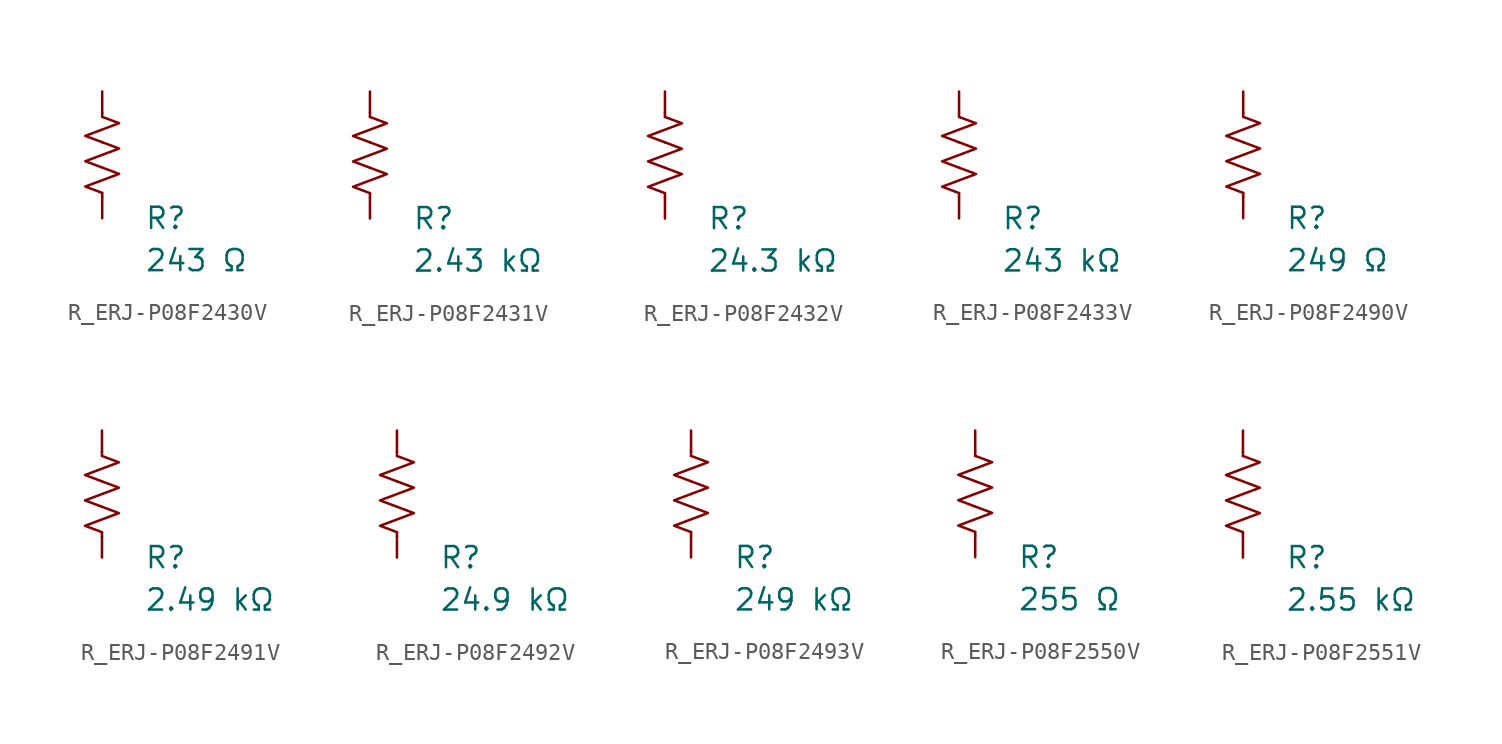
<source format=kicad_sym>
(kicad_symbol_lib
  (version 20231120)
  (generator "kicad_symbol_editor")
  (generator_version "8.0")
  (symbol "R_ERJ-P08F2430V"
    (pin_numbers hide)
    (pin_names
      (offset 0))
    (property "Reference" "R"
      (at 2.54 -3.81 0)
      (effects (font (size 1.27 1.27)) (justify left))
      (show_name no))
    (property "Value" "243 Ω"
      (at 2.54 -6.35 0)
      (effects (font (size 1.27 1.27)) (justify left))
      (show_name no))
    (symbol "R_ERJ-P08F2430V_0_1"
      (polyline (pts (xy 0 -2.286) (xy 0 -2.54)) (stroke (width 0) (type default)) (fill (type none)))
      (polyline (pts (xy 0 2.286) (xy 0 2.54)) (stroke (width 0) (type default)) (fill (type none)))
      (polyline (pts (xy 0 -0.762) (xy 1.016 -1.143) (xy 0 -1.524) (xy -1.016 -1.905) (xy 0 -2.286)) (stroke (width 0) (type default)) (fill (type none)))
      (polyline (pts (xy 0 0.762) (xy 1.016 0.381) (xy 0 0) (xy -1.016 -0.381) (xy 0 -0.762)) (stroke (width 0) (type default)) (fill (type none)))
      (polyline (pts (xy 0 2.286) (xy 1.016 1.905) (xy 0 1.524) (xy -1.016 1.143) (xy 0 0.762)) (stroke (width 0) (type default)) (fill (type none))))
    (symbol "R_ERJ-P08F2430V_1_1"
      (pin passive line (at 0 3.81 270) (length 1.27) (name "~" (effects (font (size 1.27 1.27)))) (number "1" (effects (font (size 1.27 1.27)))))
      (pin passive line (at 0 -3.81 90) (length 1.27) (name "~" (effects (font (size 1.27 1.27)))) (number "2" (effects (font (size 1.27 1.27)))))))
  (symbol "R_ERJ-P08F2431V"
    (pin_numbers hide)
    (pin_names
      (offset 0))
    (property "Reference" "R"
      (at 2.54 -3.81 0)
      (effects (font (size 1.27 1.27)) (justify left))
      (show_name no))
    (property "Value" "2.43 kΩ"
      (at 2.54 -6.35 0)
      (effects (font (size 1.27 1.27)) (justify left))
      (show_name no))
    (symbol "R_ERJ-P08F2431V_0_1"
      (polyline (pts (xy 0 -2.286) (xy 0 -2.54)) (stroke (width 0) (type default)) (fill (type none)))
      (polyline (pts (xy 0 2.286) (xy 0 2.54)) (stroke (width 0) (type default)) (fill (type none)))
      (polyline (pts (xy 0 -0.762) (xy 1.016 -1.143) (xy 0 -1.524) (xy -1.016 -1.905) (xy 0 -2.286)) (stroke (width 0) (type default)) (fill (type none)))
      (polyline (pts (xy 0 0.762) (xy 1.016 0.381) (xy 0 0) (xy -1.016 -0.381) (xy 0 -0.762)) (stroke (width 0) (type default)) (fill (type none)))
      (polyline (pts (xy 0 2.286) (xy 1.016 1.905) (xy 0 1.524) (xy -1.016 1.143) (xy 0 0.762)) (stroke (width 0) (type default)) (fill (type none))))
    (symbol "R_ERJ-P08F2431V_1_1"
      (pin passive line (at 0 3.81 270) (length 1.27) (name "~" (effects (font (size 1.27 1.27)))) (number "1" (effects (font (size 1.27 1.27)))))
      (pin passive line (at 0 -3.81 90) (length 1.27) (name "~" (effects (font (size 1.27 1.27)))) (number "2" (effects (font (size 1.27 1.27)))))))
  (symbol "R_ERJ-P08F2432V"
    (pin_numbers hide)
    (pin_names
      (offset 0))
    (property "Reference" "R"
      (at 2.54 -3.81 0)
      (effects (font (size 1.27 1.27)) (justify left))
      (show_name no))
    (property "Value" "24.3 kΩ"
      (at 2.54 -6.35 0)
      (effects (font (size 1.27 1.27)) (justify left))
      (show_name no))
    (symbol "R_ERJ-P08F2432V_0_1"
      (polyline (pts (xy 0 -2.286) (xy 0 -2.54)) (stroke (width 0) (type default)) (fill (type none)))
      (polyline (pts (xy 0 2.286) (xy 0 2.54)) (stroke (width 0) (type default)) (fill (type none)))
      (polyline (pts (xy 0 -0.762) (xy 1.016 -1.143) (xy 0 -1.524) (xy -1.016 -1.905) (xy 0 -2.286)) (stroke (width 0) (type default)) (fill (type none)))
      (polyline (pts (xy 0 0.762) (xy 1.016 0.381) (xy 0 0) (xy -1.016 -0.381) (xy 0 -0.762)) (stroke (width 0) (type default)) (fill (type none)))
      (polyline (pts (xy 0 2.286) (xy 1.016 1.905) (xy 0 1.524) (xy -1.016 1.143) (xy 0 0.762)) (stroke (width 0) (type default)) (fill (type none))))
    (symbol "R_ERJ-P08F2432V_1_1"
      (pin passive line (at 0 3.81 270) (length 1.27) (name "~" (effects (font (size 1.27 1.27)))) (number "1" (effects (font (size 1.27 1.27)))))
      (pin passive line (at 0 -3.81 90) (length 1.27) (name "~" (effects (font (size 1.27 1.27)))) (number "2" (effects (font (size 1.27 1.27)))))))
  (symbol "R_ERJ-P08F2433V"
    (pin_numbers hide)
    (pin_names
      (offset 0))
    (property "Reference" "R"
      (at 2.54 -3.81 0)
      (effects (font (size 1.27 1.27)) (justify left))
      (show_name no))
    (property "Value" "243 kΩ"
      (at 2.54 -6.35 0)
      (effects (font (size 1.27 1.27)) (justify left))
      (show_name no))
    (symbol "R_ERJ-P08F2433V_0_1"
      (polyline (pts (xy 0 -2.286) (xy 0 -2.54)) (stroke (width 0) (type default)) (fill (type none)))
      (polyline (pts (xy 0 2.286) (xy 0 2.54)) (stroke (width 0) (type default)) (fill (type none)))
      (polyline (pts (xy 0 -0.762) (xy 1.016 -1.143) (xy 0 -1.524) (xy -1.016 -1.905) (xy 0 -2.286)) (stroke (width 0) (type default)) (fill (type none)))
      (polyline (pts (xy 0 0.762) (xy 1.016 0.381) (xy 0 0) (xy -1.016 -0.381) (xy 0 -0.762)) (stroke (width 0) (type default)) (fill (type none)))
      (polyline (pts (xy 0 2.286) (xy 1.016 1.905) (xy 0 1.524) (xy -1.016 1.143) (xy 0 0.762)) (stroke (width 0) (type default)) (fill (type none))))
    (symbol "R_ERJ-P08F2433V_1_1"
      (pin passive line (at 0 3.81 270) (length 1.27) (name "~" (effects (font (size 1.27 1.27)))) (number "1" (effects (font (size 1.27 1.27)))))
      (pin passive line (at 0 -3.81 90) (length 1.27) (name "~" (effects (font (size 1.27 1.27)))) (number "2" (effects (font (size 1.27 1.27)))))))
  (symbol "R_ERJ-P08F2490V"
    (pin_numbers hide)
    (pin_names
      (offset 0))
    (property "Reference" "R"
      (at 2.54 -3.81 0)
      (effects (font (size 1.27 1.27)) (justify left))
      (show_name no))
    (property "Value" "249 Ω"
      (at 2.54 -6.35 0)
      (effects (font (size 1.27 1.27)) (justify left))
      (show_name no))
    (symbol "R_ERJ-P08F2490V_0_1"
      (polyline (pts (xy 0 -2.286) (xy 0 -2.54)) (stroke (width 0) (type default)) (fill (type none)))
      (polyline (pts (xy 0 2.286) (xy 0 2.54)) (stroke (width 0) (type default)) (fill (type none)))
      (polyline (pts (xy 0 -0.762) (xy 1.016 -1.143) (xy 0 -1.524) (xy -1.016 -1.905) (xy 0 -2.286)) (stroke (width 0) (type default)) (fill (type none)))
      (polyline (pts (xy 0 0.762) (xy 1.016 0.381) (xy 0 0) (xy -1.016 -0.381) (xy 0 -0.762)) (stroke (width 0) (type default)) (fill (type none)))
      (polyline (pts (xy 0 2.286) (xy 1.016 1.905) (xy 0 1.524) (xy -1.016 1.143) (xy 0 0.762)) (stroke (width 0) (type default)) (fill (type none))))
    (symbol "R_ERJ-P08F2490V_1_1"
      (pin passive line (at 0 3.81 270) (length 1.27) (name "~" (effects (font (size 1.27 1.27)))) (number "1" (effects (font (size 1.27 1.27)))))
      (pin passive line (at 0 -3.81 90) (length 1.27) (name "~" (effects (font (size 1.27 1.27)))) (number "2" (effects (font (size 1.27 1.27)))))))
  (symbol "R_ERJ-P08F2491V"
    (pin_numbers hide)
    (pin_names
      (offset 0))
    (property "Reference" "R"
      (at 2.54 -3.81 0)
      (effects (font (size 1.27 1.27)) (justify left))
      (show_name no))
    (property "Value" "2.49 kΩ"
      (at 2.54 -6.35 0)
      (effects (font (size 1.27 1.27)) (justify left))
      (show_name no))
    (symbol "R_ERJ-P08F2491V_0_1"
      (polyline (pts (xy 0 -2.286) (xy 0 -2.54)) (stroke (width 0) (type default)) (fill (type none)))
      (polyline (pts (xy 0 2.286) (xy 0 2.54)) (stroke (width 0) (type default)) (fill (type none)))
      (polyline (pts (xy 0 -0.762) (xy 1.016 -1.143) (xy 0 -1.524) (xy -1.016 -1.905) (xy 0 -2.286)) (stroke (width 0) (type default)) (fill (type none)))
      (polyline (pts (xy 0 0.762) (xy 1.016 0.381) (xy 0 0) (xy -1.016 -0.381) (xy 0 -0.762)) (stroke (width 0) (type default)) (fill (type none)))
      (polyline (pts (xy 0 2.286) (xy 1.016 1.905) (xy 0 1.524) (xy -1.016 1.143) (xy 0 0.762)) (stroke (width 0) (type default)) (fill (type none))))
    (symbol "R_ERJ-P08F2491V_1_1"
      (pin passive line (at 0 3.81 270) (length 1.27) (name "~" (effects (font (size 1.27 1.27)))) (number "1" (effects (font (size 1.27 1.27)))))
      (pin passive line (at 0 -3.81 90) (length 1.27) (name "~" (effects (font (size 1.27 1.27)))) (number "2" (effects (font (size 1.27 1.27)))))))
  (symbol "R_ERJ-P08F2492V"
    (pin_numbers hide)
    (pin_names
      (offset 0))
    (property "Reference" "R"
      (at 2.54 -3.81 0)
      (effects (font (size 1.27 1.27)) (justify left))
      (show_name no))
    (property "Value" "24.9 kΩ"
      (at 2.54 -6.35 0)
      (effects (font (size 1.27 1.27)) (justify left))
      (show_name no))
    (symbol "R_ERJ-P08F2492V_0_1"
      (polyline (pts (xy 0 -2.286) (xy 0 -2.54)) (stroke (width 0) (type default)) (fill (type none)))
      (polyline (pts (xy 0 2.286) (xy 0 2.54)) (stroke (width 0) (type default)) (fill (type none)))
      (polyline (pts (xy 0 -0.762) (xy 1.016 -1.143) (xy 0 -1.524) (xy -1.016 -1.905) (xy 0 -2.286)) (stroke (width 0) (type default)) (fill (type none)))
      (polyline (pts (xy 0 0.762) (xy 1.016 0.381) (xy 0 0) (xy -1.016 -0.381) (xy 0 -0.762)) (stroke (width 0) (type default)) (fill (type none)))
      (polyline (pts (xy 0 2.286) (xy 1.016 1.905) (xy 0 1.524) (xy -1.016 1.143) (xy 0 0.762)) (stroke (width 0) (type default)) (fill (type none))))
    (symbol "R_ERJ-P08F2492V_1_1"
      (pin passive line (at 0 3.81 270) (length 1.27) (name "~" (effects (font (size 1.27 1.27)))) (number "1" (effects (font (size 1.27 1.27)))))
      (pin passive line (at 0 -3.81 90) (length 1.27) (name "~" (effects (font (size 1.27 1.27)))) (number "2" (effects (font (size 1.27 1.27)))))))
  (symbol "R_ERJ-P08F2493V"
    (pin_numbers hide)
    (pin_names
      (offset 0))
    (property "Reference" "R"
      (at 2.54 -3.81 0)
      (effects (font (size 1.27 1.27)) (justify left))
      (show_name no))
    (property "Value" "249 kΩ"
      (at 2.54 -6.35 0)
      (effects (font (size 1.27 1.27)) (justify left))
      (show_name no))
    (symbol "R_ERJ-P08F2493V_0_1"
      (polyline (pts (xy 0 -2.286) (xy 0 -2.54)) (stroke (width 0) (type default)) (fill (type none)))
      (polyline (pts (xy 0 2.286) (xy 0 2.54)) (stroke (width 0) (type default)) (fill (type none)))
      (polyline (pts (xy 0 -0.762) (xy 1.016 -1.143) (xy 0 -1.524) (xy -1.016 -1.905) (xy 0 -2.286)) (stroke (width 0) (type default)) (fill (type none)))
      (polyline (pts (xy 0 0.762) (xy 1.016 0.381) (xy 0 0) (xy -1.016 -0.381) (xy 0 -0.762)) (stroke (width 0) (type default)) (fill (type none)))
      (polyline (pts (xy 0 2.286) (xy 1.016 1.905) (xy 0 1.524) (xy -1.016 1.143) (xy 0 0.762)) (stroke (width 0) (type default)) (fill (type none))))
    (symbol "R_ERJ-P08F2493V_1_1"
      (pin passive line (at 0 3.81 270) (length 1.27) (name "~" (effects (font (size 1.27 1.27)))) (number "1" (effects (font (size 1.27 1.27)))))
      (pin passive line (at 0 -3.81 90) (length 1.27) (name "~" (effects (font (size 1.27 1.27)))) (number "2" (effects (font (size 1.27 1.27)))))))
  (symbol "R_ERJ-P08F2550V"
    (pin_numbers hide)
    (pin_names
      (offset 0))
    (property "Reference" "R"
      (at 2.54 -3.81 0)
      (effects (font (size 1.27 1.27)) (justify left))
      (show_name no))
    (property "Value" "255 Ω"
      (at 2.54 -6.35 0)
      (effects (font (size 1.27 1.27)) (justify left))
      (show_name no))
    (symbol "R_ERJ-P08F2550V_0_1"
      (polyline (pts (xy 0 -2.286) (xy 0 -2.54)) (stroke (width 0) (type default)) (fill (type none)))
      (polyline (pts (xy 0 2.286) (xy 0 2.54)) (stroke (width 0) (type default)) (fill (type none)))
      (polyline (pts (xy 0 -0.762) (xy 1.016 -1.143) (xy 0 -1.524) (xy -1.016 -1.905) (xy 0 -2.286)) (stroke (width 0) (type default)) (fill (type none)))
      (polyline (pts (xy 0 0.762) (xy 1.016 0.381) (xy 0 0) (xy -1.016 -0.381) (xy 0 -0.762)) (stroke (width 0) (type default)) (fill (type none)))
      (polyline (pts (xy 0 2.286) (xy 1.016 1.905) (xy 0 1.524) (xy -1.016 1.143) (xy 0 0.762)) (stroke (width 0) (type default)) (fill (type none))))
    (symbol "R_ERJ-P08F2550V_1_1"
      (pin passive line (at 0 3.81 270) (length 1.27) (name "~" (effects (font (size 1.27 1.27)))) (number "1" (effects (font (size 1.27 1.27)))))
      (pin passive line (at 0 -3.81 90) (length 1.27) (name "~" (effects (font (size 1.27 1.27)))) (number "2" (effects (font (size 1.27 1.27)))))))
  (symbol "R_ERJ-P08F2551V"
    (pin_numbers hide)
    (pin_names
      (offset 0))
    (property "Reference" "R"
      (at 2.54 -3.81 0)
      (effects (font (size 1.27 1.27)) (justify left))
      (show_name no))
    (property "Value" "2.55 kΩ"
      (at 2.54 -6.35 0)
      (effects (font (size 1.27 1.27)) (justify left))
      (show_name no))
    (symbol "R_ERJ-P08F2551V_0_1"
      (polyline (pts (xy 0 -2.286) (xy 0 -2.54)) (stroke (width 0) (type default)) (fill (type none)))
      (polyline (pts (xy 0 2.286) (xy 0 2.54)) (stroke (width 0) (type default)) (fill (type none)))
      (polyline (pts (xy 0 -0.762) (xy 1.016 -1.143) (xy 0 -1.524) (xy -1.016 -1.905) (xy 0 -2.286)) (stroke (width 0) (type default)) (fill (type none)))
      (polyline (pts (xy 0 0.762) (xy 1.016 0.381) (xy 0 0) (xy -1.016 -0.381) (xy 0 -0.762)) (stroke (width 0) (type default)) (fill (type none)))
      (polyline (pts (xy 0 2.286) (xy 1.016 1.905) (xy 0 1.524) (xy -1.016 1.143) (xy 0 0.762)) (stroke (width 0) (type default)) (fill (type none))))
    (symbol "R_ERJ-P08F2551V_1_1"
      (pin passive line (at 0 3.81 270) (length 1.27) (name "~" (effects (font (size 1.27 1.27)))) (number "1" (effects (font (size 1.27 1.27)))))
      (pin passive line (at 0 -3.81 90) (length 1.27) (name "~" (effects (font (size 1.27 1.27)))) (number "2" (effects (font (size 1.27 1.27))))))))
</source>
